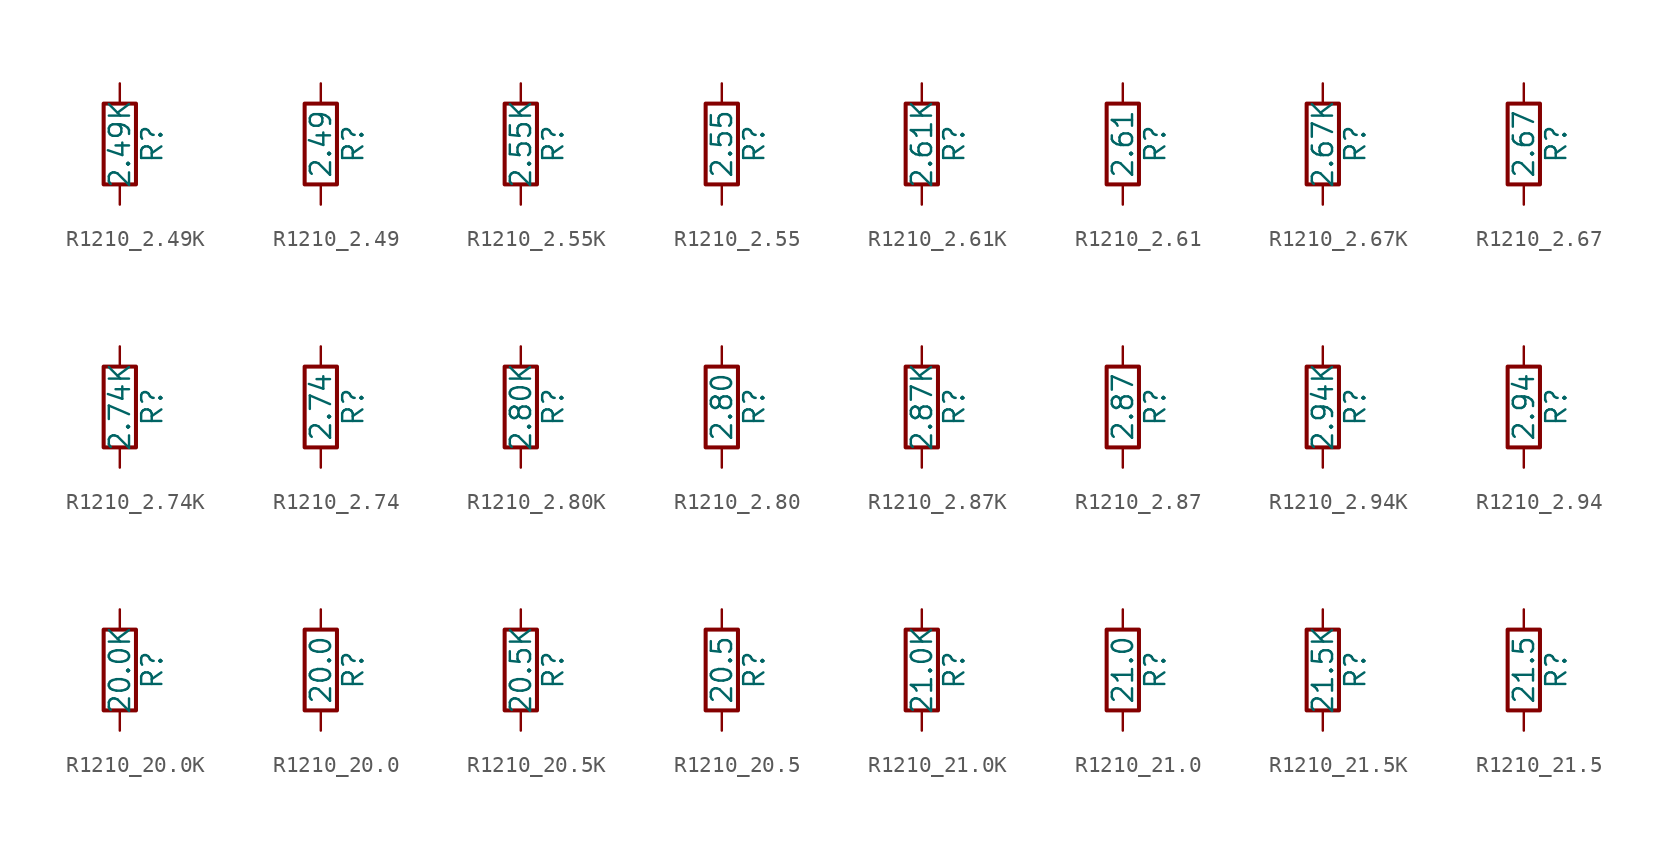
<source format=kicad_sym>
(kicad_symbol_lib
  (version 20211014)
  (generator atlantix-eda)
  (symbol "R1210_2.49K"
    (pin_numbers hide)
    (pin_names
      (offset 0))
    (property "Reference" "R"
      (at 2.032 0 90)
      (effects (font (size 1.27 1.27))))
    (property "Value" "2.49K"
      (at 0 0 90)
      (effects (font (size 1.27 1.27))))
    (symbol "R1210_2.49K_0_1"
      (rectangle (start -1.016 -2.54) (end 1.016 2.54) (stroke (width 0.254) (type default) (color 0 0 0 0)) (fill (type none))))
    (symbol "R1210_2.49K_1_1"
      (pin passive line (at 0 3.81 270) (length 1.27) (name "~" (effects (font (size 1.27 1.27)))) (number "1" (effects (font (size 1.27 1.27)))))
      (pin passive line (at 0 -3.81 90) (length 1.27) (name "~" (effects (font (size 1.27 1.27)))) (number "2" (effects (font (size 1.27 1.27)))))))
  (symbol "R1210_2.49"
    (pin_numbers hide)
    (pin_names
      (offset 0))
    (property "Reference" "R"
      (at 2.032 0 90)
      (effects (font (size 1.27 1.27))))
    (property "Value" "2.49"
      (at 0 0 90)
      (effects (font (size 1.27 1.27))))
    (symbol "R1210_2.49_0_1"
      (rectangle (start -1.016 -2.54) (end 1.016 2.54) (stroke (width 0.254) (type default) (color 0 0 0 0)) (fill (type none))))
    (symbol "R1210_2.49_1_1"
      (pin passive line (at 0 3.81 270) (length 1.27) (name "~" (effects (font (size 1.27 1.27)))) (number "1" (effects (font (size 1.27 1.27)))))
      (pin passive line (at 0 -3.81 90) (length 1.27) (name "~" (effects (font (size 1.27 1.27)))) (number "2" (effects (font (size 1.27 1.27)))))))
  (symbol "R1210_2.55K"
    (pin_numbers hide)
    (pin_names
      (offset 0))
    (property "Reference" "R"
      (at 2.032 0 90)
      (effects (font (size 1.27 1.27))))
    (property "Value" "2.55K"
      (at 0 0 90)
      (effects (font (size 1.27 1.27))))
    (symbol "R1210_2.55K_0_1"
      (rectangle (start -1.016 -2.54) (end 1.016 2.54) (stroke (width 0.254) (type default) (color 0 0 0 0)) (fill (type none))))
    (symbol "R1210_2.55K_1_1"
      (pin passive line (at 0 3.81 270) (length 1.27) (name "~" (effects (font (size 1.27 1.27)))) (number "1" (effects (font (size 1.27 1.27)))))
      (pin passive line (at 0 -3.81 90) (length 1.27) (name "~" (effects (font (size 1.27 1.27)))) (number "2" (effects (font (size 1.27 1.27)))))))
  (symbol "R1210_2.55"
    (pin_numbers hide)
    (pin_names
      (offset 0))
    (property "Reference" "R"
      (at 2.032 0 90)
      (effects (font (size 1.27 1.27))))
    (property "Value" "2.55"
      (at 0 0 90)
      (effects (font (size 1.27 1.27))))
    (symbol "R1210_2.55_0_1"
      (rectangle (start -1.016 -2.54) (end 1.016 2.54) (stroke (width 0.254) (type default) (color 0 0 0 0)) (fill (type none))))
    (symbol "R1210_2.55_1_1"
      (pin passive line (at 0 3.81 270) (length 1.27) (name "~" (effects (font (size 1.27 1.27)))) (number "1" (effects (font (size 1.27 1.27)))))
      (pin passive line (at 0 -3.81 90) (length 1.27) (name "~" (effects (font (size 1.27 1.27)))) (number "2" (effects (font (size 1.27 1.27)))))))
  (symbol "R1210_2.61K"
    (pin_numbers hide)
    (pin_names
      (offset 0))
    (property "Reference" "R"
      (at 2.032 0 90)
      (effects (font (size 1.27 1.27))))
    (property "Value" "2.61K"
      (at 0 0 90)
      (effects (font (size 1.27 1.27))))
    (symbol "R1210_2.61K_0_1"
      (rectangle (start -1.016 -2.54) (end 1.016 2.54) (stroke (width 0.254) (type default) (color 0 0 0 0)) (fill (type none))))
    (symbol "R1210_2.61K_1_1"
      (pin passive line (at 0 3.81 270) (length 1.27) (name "~" (effects (font (size 1.27 1.27)))) (number "1" (effects (font (size 1.27 1.27)))))
      (pin passive line (at 0 -3.81 90) (length 1.27) (name "~" (effects (font (size 1.27 1.27)))) (number "2" (effects (font (size 1.27 1.27)))))))
  (symbol "R1210_2.61"
    (pin_numbers hide)
    (pin_names
      (offset 0))
    (property "Reference" "R"
      (at 2.032 0 90)
      (effects (font (size 1.27 1.27))))
    (property "Value" "2.61"
      (at 0 0 90)
      (effects (font (size 1.27 1.27))))
    (symbol "R1210_2.61_0_1"
      (rectangle (start -1.016 -2.54) (end 1.016 2.54) (stroke (width 0.254) (type default) (color 0 0 0 0)) (fill (type none))))
    (symbol "R1210_2.61_1_1"
      (pin passive line (at 0 3.81 270) (length 1.27) (name "~" (effects (font (size 1.27 1.27)))) (number "1" (effects (font (size 1.27 1.27)))))
      (pin passive line (at 0 -3.81 90) (length 1.27) (name "~" (effects (font (size 1.27 1.27)))) (number "2" (effects (font (size 1.27 1.27)))))))
  (symbol "R1210_2.67K"
    (pin_numbers hide)
    (pin_names
      (offset 0))
    (property "Reference" "R"
      (at 2.032 0 90)
      (effects (font (size 1.27 1.27))))
    (property "Value" "2.67K"
      (at 0 0 90)
      (effects (font (size 1.27 1.27))))
    (symbol "R1210_2.67K_0_1"
      (rectangle (start -1.016 -2.54) (end 1.016 2.54) (stroke (width 0.254) (type default) (color 0 0 0 0)) (fill (type none))))
    (symbol "R1210_2.67K_1_1"
      (pin passive line (at 0 3.81 270) (length 1.27) (name "~" (effects (font (size 1.27 1.27)))) (number "1" (effects (font (size 1.27 1.27)))))
      (pin passive line (at 0 -3.81 90) (length 1.27) (name "~" (effects (font (size 1.27 1.27)))) (number "2" (effects (font (size 1.27 1.27)))))))
  (symbol "R1210_2.67"
    (pin_numbers hide)
    (pin_names
      (offset 0))
    (property "Reference" "R"
      (at 2.032 0 90)
      (effects (font (size 1.27 1.27))))
    (property "Value" "2.67"
      (at 0 0 90)
      (effects (font (size 1.27 1.27))))
    (symbol "R1210_2.67_0_1"
      (rectangle (start -1.016 -2.54) (end 1.016 2.54) (stroke (width 0.254) (type default) (color 0 0 0 0)) (fill (type none))))
    (symbol "R1210_2.67_1_1"
      (pin passive line (at 0 3.81 270) (length 1.27) (name "~" (effects (font (size 1.27 1.27)))) (number "1" (effects (font (size 1.27 1.27)))))
      (pin passive line (at 0 -3.81 90) (length 1.27) (name "~" (effects (font (size 1.27 1.27)))) (number "2" (effects (font (size 1.27 1.27)))))))
  (symbol "R1210_2.74K"
    (pin_numbers hide)
    (pin_names
      (offset 0))
    (property "Reference" "R"
      (at 2.032 0 90)
      (effects (font (size 1.27 1.27))))
    (property "Value" "2.74K"
      (at 0 0 90)
      (effects (font (size 1.27 1.27))))
    (symbol "R1210_2.74K_0_1"
      (rectangle (start -1.016 -2.54) (end 1.016 2.54) (stroke (width 0.254) (type default) (color 0 0 0 0)) (fill (type none))))
    (symbol "R1210_2.74K_1_1"
      (pin passive line (at 0 3.81 270) (length 1.27) (name "~" (effects (font (size 1.27 1.27)))) (number "1" (effects (font (size 1.27 1.27)))))
      (pin passive line (at 0 -3.81 90) (length 1.27) (name "~" (effects (font (size 1.27 1.27)))) (number "2" (effects (font (size 1.27 1.27)))))))
  (symbol "R1210_2.74"
    (pin_numbers hide)
    (pin_names
      (offset 0))
    (property "Reference" "R"
      (at 2.032 0 90)
      (effects (font (size 1.27 1.27))))
    (property "Value" "2.74"
      (at 0 0 90)
      (effects (font (size 1.27 1.27))))
    (symbol "R1210_2.74_0_1"
      (rectangle (start -1.016 -2.54) (end 1.016 2.54) (stroke (width 0.254) (type default) (color 0 0 0 0)) (fill (type none))))
    (symbol "R1210_2.74_1_1"
      (pin passive line (at 0 3.81 270) (length 1.27) (name "~" (effects (font (size 1.27 1.27)))) (number "1" (effects (font (size 1.27 1.27)))))
      (pin passive line (at 0 -3.81 90) (length 1.27) (name "~" (effects (font (size 1.27 1.27)))) (number "2" (effects (font (size 1.27 1.27)))))))
  (symbol "R1210_2.80K"
    (pin_numbers hide)
    (pin_names
      (offset 0))
    (property "Reference" "R"
      (at 2.032 0 90)
      (effects (font (size 1.27 1.27))))
    (property "Value" "2.80K"
      (at 0 0 90)
      (effects (font (size 1.27 1.27))))
    (symbol "R1210_2.80K_0_1"
      (rectangle (start -1.016 -2.54) (end 1.016 2.54) (stroke (width 0.254) (type default) (color 0 0 0 0)) (fill (type none))))
    (symbol "R1210_2.80K_1_1"
      (pin passive line (at 0 3.81 270) (length 1.27) (name "~" (effects (font (size 1.27 1.27)))) (number "1" (effects (font (size 1.27 1.27)))))
      (pin passive line (at 0 -3.81 90) (length 1.27) (name "~" (effects (font (size 1.27 1.27)))) (number "2" (effects (font (size 1.27 1.27)))))))
  (symbol "R1210_2.80"
    (pin_numbers hide)
    (pin_names
      (offset 0))
    (property "Reference" "R"
      (at 2.032 0 90)
      (effects (font (size 1.27 1.27))))
    (property "Value" "2.80"
      (at 0 0 90)
      (effects (font (size 1.27 1.27))))
    (symbol "R1210_2.80_0_1"
      (rectangle (start -1.016 -2.54) (end 1.016 2.54) (stroke (width 0.254) (type default) (color 0 0 0 0)) (fill (type none))))
    (symbol "R1210_2.80_1_1"
      (pin passive line (at 0 3.81 270) (length 1.27) (name "~" (effects (font (size 1.27 1.27)))) (number "1" (effects (font (size 1.27 1.27)))))
      (pin passive line (at 0 -3.81 90) (length 1.27) (name "~" (effects (font (size 1.27 1.27)))) (number "2" (effects (font (size 1.27 1.27)))))))
  (symbol "R1210_2.87K"
    (pin_numbers hide)
    (pin_names
      (offset 0))
    (property "Reference" "R"
      (at 2.032 0 90)
      (effects (font (size 1.27 1.27))))
    (property "Value" "2.87K"
      (at 0 0 90)
      (effects (font (size 1.27 1.27))))
    (symbol "R1210_2.87K_0_1"
      (rectangle (start -1.016 -2.54) (end 1.016 2.54) (stroke (width 0.254) (type default) (color 0 0 0 0)) (fill (type none))))
    (symbol "R1210_2.87K_1_1"
      (pin passive line (at 0 3.81 270) (length 1.27) (name "~" (effects (font (size 1.27 1.27)))) (number "1" (effects (font (size 1.27 1.27)))))
      (pin passive line (at 0 -3.81 90) (length 1.27) (name "~" (effects (font (size 1.27 1.27)))) (number "2" (effects (font (size 1.27 1.27)))))))
  (symbol "R1210_2.87"
    (pin_numbers hide)
    (pin_names
      (offset 0))
    (property "Reference" "R"
      (at 2.032 0 90)
      (effects (font (size 1.27 1.27))))
    (property "Value" "2.87"
      (at 0 0 90)
      (effects (font (size 1.27 1.27))))
    (symbol "R1210_2.87_0_1"
      (rectangle (start -1.016 -2.54) (end 1.016 2.54) (stroke (width 0.254) (type default) (color 0 0 0 0)) (fill (type none))))
    (symbol "R1210_2.87_1_1"
      (pin passive line (at 0 3.81 270) (length 1.27) (name "~" (effects (font (size 1.27 1.27)))) (number "1" (effects (font (size 1.27 1.27)))))
      (pin passive line (at 0 -3.81 90) (length 1.27) (name "~" (effects (font (size 1.27 1.27)))) (number "2" (effects (font (size 1.27 1.27)))))))
  (symbol "R1210_2.94K"
    (pin_numbers hide)
    (pin_names
      (offset 0))
    (property "Reference" "R"
      (at 2.032 0 90)
      (effects (font (size 1.27 1.27))))
    (property "Value" "2.94K"
      (at 0 0 90)
      (effects (font (size 1.27 1.27))))
    (symbol "R1210_2.94K_0_1"
      (rectangle (start -1.016 -2.54) (end 1.016 2.54) (stroke (width 0.254) (type default) (color 0 0 0 0)) (fill (type none))))
    (symbol "R1210_2.94K_1_1"
      (pin passive line (at 0 3.81 270) (length 1.27) (name "~" (effects (font (size 1.27 1.27)))) (number "1" (effects (font (size 1.27 1.27)))))
      (pin passive line (at 0 -3.81 90) (length 1.27) (name "~" (effects (font (size 1.27 1.27)))) (number "2" (effects (font (size 1.27 1.27)))))))
  (symbol "R1210_2.94"
    (pin_numbers hide)
    (pin_names
      (offset 0))
    (property "Reference" "R"
      (at 2.032 0 90)
      (effects (font (size 1.27 1.27))))
    (property "Value" "2.94"
      (at 0 0 90)
      (effects (font (size 1.27 1.27))))
    (symbol "R1210_2.94_0_1"
      (rectangle (start -1.016 -2.54) (end 1.016 2.54) (stroke (width 0.254) (type default) (color 0 0 0 0)) (fill (type none))))
    (symbol "R1210_2.94_1_1"
      (pin passive line (at 0 3.81 270) (length 1.27) (name "~" (effects (font (size 1.27 1.27)))) (number "1" (effects (font (size 1.27 1.27)))))
      (pin passive line (at 0 -3.81 90) (length 1.27) (name "~" (effects (font (size 1.27 1.27)))) (number "2" (effects (font (size 1.27 1.27)))))))
  (symbol "R1210_20.0K"
    (pin_numbers hide)
    (pin_names
      (offset 0))
    (property "Reference" "R"
      (at 2.032 0 90)
      (effects (font (size 1.27 1.27))))
    (property "Value" "20.0K"
      (at 0 0 90)
      (effects (font (size 1.27 1.27))))
    (symbol "R1210_20.0K_0_1"
      (rectangle (start -1.016 -2.54) (end 1.016 2.54) (stroke (width 0.254) (type default) (color 0 0 0 0)) (fill (type none))))
    (symbol "R1210_20.0K_1_1"
      (pin passive line (at 0 3.81 270) (length 1.27) (name "~" (effects (font (size 1.27 1.27)))) (number "1" (effects (font (size 1.27 1.27)))))
      (pin passive line (at 0 -3.81 90) (length 1.27) (name "~" (effects (font (size 1.27 1.27)))) (number "2" (effects (font (size 1.27 1.27)))))))
  (symbol "R1210_20.0"
    (pin_numbers hide)
    (pin_names
      (offset 0))
    (property "Reference" "R"
      (at 2.032 0 90)
      (effects (font (size 1.27 1.27))))
    (property "Value" "20.0"
      (at 0 0 90)
      (effects (font (size 1.27 1.27))))
    (symbol "R1210_20.0_0_1"
      (rectangle (start -1.016 -2.54) (end 1.016 2.54) (stroke (width 0.254) (type default) (color 0 0 0 0)) (fill (type none))))
    (symbol "R1210_20.0_1_1"
      (pin passive line (at 0 3.81 270) (length 1.27) (name "~" (effects (font (size 1.27 1.27)))) (number "1" (effects (font (size 1.27 1.27)))))
      (pin passive line (at 0 -3.81 90) (length 1.27) (name "~" (effects (font (size 1.27 1.27)))) (number "2" (effects (font (size 1.27 1.27)))))))
  (symbol "R1210_20.5K"
    (pin_numbers hide)
    (pin_names
      (offset 0))
    (property "Reference" "R"
      (at 2.032 0 90)
      (effects (font (size 1.27 1.27))))
    (property "Value" "20.5K"
      (at 0 0 90)
      (effects (font (size 1.27 1.27))))
    (symbol "R1210_20.5K_0_1"
      (rectangle (start -1.016 -2.54) (end 1.016 2.54) (stroke (width 0.254) (type default) (color 0 0 0 0)) (fill (type none))))
    (symbol "R1210_20.5K_1_1"
      (pin passive line (at 0 3.81 270) (length 1.27) (name "~" (effects (font (size 1.27 1.27)))) (number "1" (effects (font (size 1.27 1.27)))))
      (pin passive line (at 0 -3.81 90) (length 1.27) (name "~" (effects (font (size 1.27 1.27)))) (number "2" (effects (font (size 1.27 1.27)))))))
  (symbol "R1210_20.5"
    (pin_numbers hide)
    (pin_names
      (offset 0))
    (property "Reference" "R"
      (at 2.032 0 90)
      (effects (font (size 1.27 1.27))))
    (property "Value" "20.5"
      (at 0 0 90)
      (effects (font (size 1.27 1.27))))
    (symbol "R1210_20.5_0_1"
      (rectangle (start -1.016 -2.54) (end 1.016 2.54) (stroke (width 0.254) (type default) (color 0 0 0 0)) (fill (type none))))
    (symbol "R1210_20.5_1_1"
      (pin passive line (at 0 3.81 270) (length 1.27) (name "~" (effects (font (size 1.27 1.27)))) (number "1" (effects (font (size 1.27 1.27)))))
      (pin passive line (at 0 -3.81 90) (length 1.27) (name "~" (effects (font (size 1.27 1.27)))) (number "2" (effects (font (size 1.27 1.27)))))))
  (symbol "R1210_21.0K"
    (pin_numbers hide)
    (pin_names
      (offset 0))
    (property "Reference" "R"
      (at 2.032 0 90)
      (effects (font (size 1.27 1.27))))
    (property "Value" "21.0K"
      (at 0 0 90)
      (effects (font (size 1.27 1.27))))
    (symbol "R1210_21.0K_0_1"
      (rectangle (start -1.016 -2.54) (end 1.016 2.54) (stroke (width 0.254) (type default) (color 0 0 0 0)) (fill (type none))))
    (symbol "R1210_21.0K_1_1"
      (pin passive line (at 0 3.81 270) (length 1.27) (name "~" (effects (font (size 1.27 1.27)))) (number "1" (effects (font (size 1.27 1.27)))))
      (pin passive line (at 0 -3.81 90) (length 1.27) (name "~" (effects (font (size 1.27 1.27)))) (number "2" (effects (font (size 1.27 1.27)))))))
  (symbol "R1210_21.0"
    (pin_numbers hide)
    (pin_names
      (offset 0))
    (property "Reference" "R"
      (at 2.032 0 90)
      (effects (font (size 1.27 1.27))))
    (property "Value" "21.0"
      (at 0 0 90)
      (effects (font (size 1.27 1.27))))
    (symbol "R1210_21.0_0_1"
      (rectangle (start -1.016 -2.54) (end 1.016 2.54) (stroke (width 0.254) (type default) (color 0 0 0 0)) (fill (type none))))
    (symbol "R1210_21.0_1_1"
      (pin passive line (at 0 3.81 270) (length 1.27) (name "~" (effects (font (size 1.27 1.27)))) (number "1" (effects (font (size 1.27 1.27)))))
      (pin passive line (at 0 -3.81 90) (length 1.27) (name "~" (effects (font (size 1.27 1.27)))) (number "2" (effects (font (size 1.27 1.27)))))))
  (symbol "R1210_21.5K"
    (pin_numbers hide)
    (pin_names
      (offset 0))
    (property "Reference" "R"
      (at 2.032 0 90)
      (effects (font (size 1.27 1.27))))
    (property "Value" "21.5K"
      (at 0 0 90)
      (effects (font (size 1.27 1.27))))
    (symbol "R1210_21.5K_0_1"
      (rectangle (start -1.016 -2.54) (end 1.016 2.54) (stroke (width 0.254) (type default) (color 0 0 0 0)) (fill (type none))))
    (symbol "R1210_21.5K_1_1"
      (pin passive line (at 0 3.81 270) (length 1.27) (name "~" (effects (font (size 1.27 1.27)))) (number "1" (effects (font (size 1.27 1.27)))))
      (pin passive line (at 0 -3.81 90) (length 1.27) (name "~" (effects (font (size 1.27 1.27)))) (number "2" (effects (font (size 1.27 1.27)))))))
  (symbol "R1210_21.5"
    (pin_numbers hide)
    (pin_names
      (offset 0))
    (property "Reference" "R"
      (at 2.032 0 90)
      (effects (font (size 1.27 1.27))))
    (property "Value" "21.5"
      (at 0 0 90)
      (effects (font (size 1.27 1.27))))
    (symbol "R1210_21.5_0_1"
      (rectangle (start -1.016 -2.54) (end 1.016 2.54) (stroke (width 0.254) (type default) (color 0 0 0 0)) (fill (type none))))
    (symbol "R1210_21.5_1_1"
      (pin passive line (at 0 3.81 270) (length 1.27) (name "~" (effects (font (size 1.27 1.27)))) (number "1" (effects (font (size 1.27 1.27)))))
      (pin passive line (at 0 -3.81 90) (length 1.27) (name "~" (effects (font (size 1.27 1.27)))) (number "2" (effects (font (size 1.27 1.27))))))))
</source>
